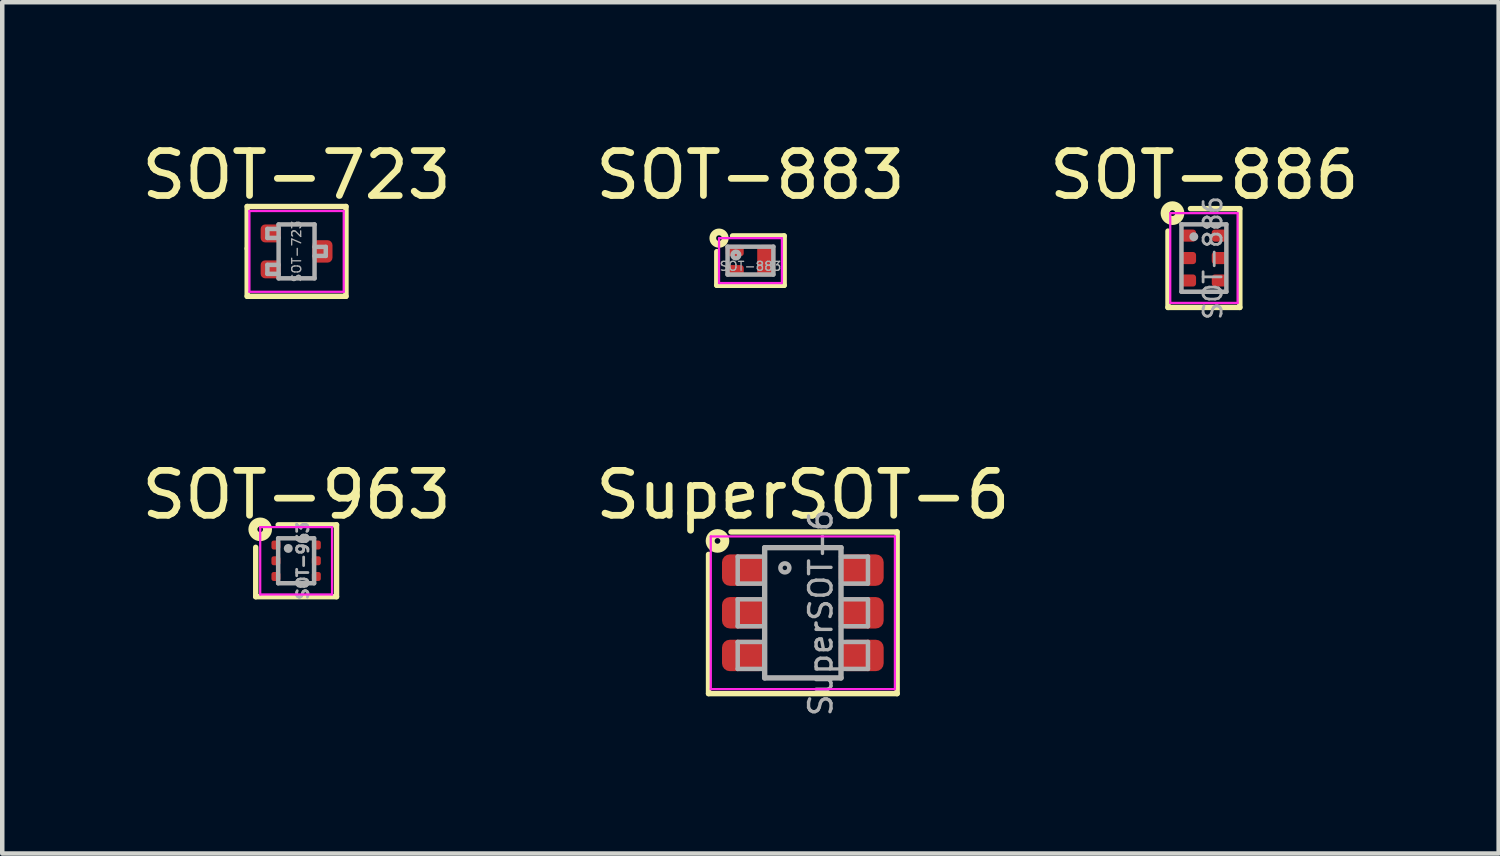
<source format=kicad_pcb>
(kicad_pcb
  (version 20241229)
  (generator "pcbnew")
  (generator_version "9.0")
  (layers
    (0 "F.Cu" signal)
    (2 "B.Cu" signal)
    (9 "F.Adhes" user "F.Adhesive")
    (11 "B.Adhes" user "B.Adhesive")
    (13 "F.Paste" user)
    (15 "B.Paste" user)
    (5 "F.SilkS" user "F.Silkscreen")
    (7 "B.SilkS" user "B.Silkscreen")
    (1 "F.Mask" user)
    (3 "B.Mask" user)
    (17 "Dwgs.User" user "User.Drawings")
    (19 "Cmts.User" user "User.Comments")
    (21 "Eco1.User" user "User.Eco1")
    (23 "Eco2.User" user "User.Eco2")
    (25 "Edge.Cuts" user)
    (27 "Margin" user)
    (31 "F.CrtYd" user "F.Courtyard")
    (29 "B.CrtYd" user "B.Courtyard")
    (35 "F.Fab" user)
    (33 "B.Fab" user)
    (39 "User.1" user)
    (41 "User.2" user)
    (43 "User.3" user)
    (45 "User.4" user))
  (footprint "SOT-723"
    (layer "F.Cu")
    (at 3.554 2.548)
    (property "Reference" "SOT-723" (at 0 -1.7 0) (layer "F.SilkS") (effects (font (size 1 1) (thickness 0.15))))
    (attr smd)
    (fp_line (start -1.1 -1) (end -1.1 -0.064) (stroke (width 0.12) (type solid)) (layer "F.SilkS"))
    (fp_line (start -1.1 -0.064) (end -1.1 1) (stroke (width 0.12) (type solid)) (layer "F.SilkS"))
    (fp_line (start -1.1 1) (end 1.1 1) (stroke (width 0.12) (type solid)) (layer "F.SilkS"))
    (fp_line (start 1.1 -1) (end -1.1 -1) (stroke (width 0.12) (type solid)) (layer "F.SilkS"))
    (fp_line (start 1.1 1) (end 1.1 -1) (stroke (width 0.12) (type solid)) (layer "F.SilkS"))
    (fp_line (start -1.05 -0.9) (end 1.05 -0.9) (stroke (width 0.05) (type solid)) (layer "F.CrtYd"))
    (fp_line (start -1.05 0.9) (end -1.05 -0.9) (stroke (width 0.05) (type solid)) (layer "F.CrtYd"))
    (fp_line (start -0.9 -0.9) (end -0.9 -0.9) (stroke (width 0.05) (type solid)) (layer "F.CrtYd"))
    (fp_line (start 1.05 -0.9) (end 1.05 0.9) (stroke (width 0.05) (type solid)) (layer "F.CrtYd"))
    (fp_line (start 1.05 0.9) (end -1.05 0.9) (stroke (width 0.05) (type solid)) (layer "F.CrtYd"))
    (fp_line (start -0.65 -0.5) (end -0.65 -0.3) (stroke (width 0.1) (type solid)) (layer "F.Fab"))
    (fp_line (start -0.65 -0.3) (end -0.4 -0.3) (stroke (width 0.1) (type solid)) (layer "F.Fab"))
    (fp_line (start -0.65 0.3) (end -0.65 0.5) (stroke (width 0.1) (type solid)) (layer "F.Fab"))
    (fp_line (start -0.65 0.5) (end -0.4 0.5) (stroke (width 0.1) (type solid)) (layer "F.Fab"))
    (fp_line (start -0.4 -0.6) (end 0.4 -0.6) (stroke (width 0.1) (type solid)) (layer "F.Fab"))
    (fp_line (start -0.4 -0.5) (end -0.65 -0.5) (stroke (width 0.1) (type solid)) (layer "F.Fab"))
    (fp_line (start -0.4 0.3) (end -0.65 0.3) (stroke (width 0.1) (type solid)) (layer "F.Fab"))
    (fp_line (start -0.4 0.6) (end -0.4 -0.6) (stroke (width 0.1) (type solid)) (layer "F.Fab"))
    (fp_line (start 0.4 -0.6) (end 0.4 0.6) (stroke (width 0.1) (type solid)) (layer "F.Fab"))
    (fp_line (start 0.4 0.1) (end 0.65 0.1) (stroke (width 0.1) (type solid)) (layer "F.Fab"))
    (fp_line (start 0.4 0.6) (end -0.4 0.6) (stroke (width 0.1) (type solid)) (layer "F.Fab"))
    (fp_line (start 0.65 -0.1) (end 0.4 -0.1) (stroke (width 0.1) (type solid)) (layer "F.Fab"))
    (fp_line (start 0.65 0.1) (end 0.65 -0.1) (stroke (width 0.1) (type solid)) (layer "F.Fab"))
    (fp_text user "${REFERENCE}" (at 0 0 90) (layer "F.Fab") (effects (font (size 0.2 0.2) (thickness 0.03))))
    (pad "1" smd roundrect (at -0.575 -0.4) (size 0.45 0.4) (layers "F.Cu" "F.Mask" "F.Paste") (roundrect_rratio 0.25))
    (pad "2" smd roundrect (at -0.575 0.4) (size 0.45 0.4) (layers "F.Cu" "F.Mask" "F.Paste") (roundrect_rratio 0.25))
    (pad "3" smd roundrect (at 0.575 0) (size 0.45 0.5) (layers "F.Cu" "F.Mask" "F.Paste") (roundrect_rratio 0.25)))
  (footprint "SOT-963"
    (layer "F.Cu")
    (at 3.544 9.437)
    (property "Reference" "SOT-963" (at 0.01 -1.468 0) (layer "F.SilkS") (effects (font (size 1 1) (thickness 0.15))))
    (attr smd)
    (fp_line (start -0.9 -0.3) (end -0.9 0.8) (stroke (width 0.12) (type solid)) (layer "F.SilkS"))
    (fp_line (start -0.9 0.8) (end 0.9 0.8) (stroke (width 0.12) (type solid)) (layer "F.SilkS"))
    (fp_line (start 0.9 -0.8) (end -0.4 -0.8) (stroke (width 0.12) (type solid)) (layer "F.SilkS"))
    (fp_line (start 0.9 0.8) (end 0.9 -0.8) (stroke (width 0.12) (type solid)) (layer "F.SilkS"))
    (fp_circle (center -0.8 -0.7) (end -0.737 -0.7) (stroke (width 0.2) (type solid)) (fill no) (layer "F.SilkS"))
    (fp_line (start -0.8 -0.75) (end 0.8 -0.75) (stroke (width 0.05) (type solid)) (layer "F.CrtYd"))
    (fp_line (start -0.8 0.75) (end -0.8 -0.75) (stroke (width 0.05) (type solid)) (layer "F.CrtYd"))
    (fp_line (start 0.8 -0.75) (end 0.8 0.75) (stroke (width 0.05) (type solid)) (layer "F.CrtYd"))
    (fp_line (start 0.8 0.75) (end -0.8 0.75) (stroke (width 0.05) (type solid)) (layer "F.CrtYd"))
    (fp_line (start -0.4 -0.5) (end 0.4 -0.5) (stroke (width 0.1) (type solid)) (layer "F.Fab"))
    (fp_line (start -0.4 0.5) (end -0.4 -0.5) (stroke (width 0.1) (type solid)) (layer "F.Fab"))
    (fp_line (start 0.4 -0.5) (end 0.4 0.5) (stroke (width 0.1) (type solid)) (layer "F.Fab"))
    (fp_line (start 0.4 0.5) (end -0.4 0.5) (stroke (width 0.1) (type solid)) (layer "F.Fab"))
    (fp_circle (center -0.175 -0.275) (end -0.125 -0.275) (stroke (width 0.1) (type solid)) (fill no) (layer "F.Fab"))
    (fp_text user "${REFERENCE}" (at 0.15 0 90) (layer "F.Fab") (effects (font (size 0.25 0.25) (thickness 0.062))))
    (pad "1" smd roundrect (at -0.45 -0.35) (size 0.2 0.2) (layers "F.Cu" "F.Mask" "F.Paste") (roundrect_rratio 0.25))
    (pad "2" smd roundrect (at -0.45 0) (size 0.2 0.2) (layers "F.Cu" "F.Mask" "F.Paste") (roundrect_rratio 0.25))
    (pad "3" smd roundrect (at -0.45 0.35) (size 0.2 0.2) (layers "F.Cu" "F.Mask" "F.Paste") (roundrect_rratio 0.25))
    (pad "4" smd roundrect (at 0.45 0.35) (size 0.2 0.2) (layers "F.Cu" "F.Mask" "F.Paste") (roundrect_rratio 0.25))
    (pad "5" smd roundrect (at 0.45 0) (size 0.2 0.2) (layers "F.Cu" "F.Mask" "F.Paste") (roundrect_rratio 0.25))
    (pad "6" smd roundrect (at 0.45 -0.35) (size 0.2 0.2) (layers "F.Cu" "F.Mask" "F.Paste") (roundrect_rratio 0.25)))
  (footprint "SOT-886"
    (layer "F.Cu")
    (at 23.758 2.696)
    (property "Reference" "SOT-886" (at 0.009 -1.847 180) (layer "F.SilkS") (effects (font (size 1 1) (thickness 0.15))))
    (attr smd)
    (fp_line (start -0.8 -0.6) (end -0.8 1.1) (stroke (width 0.12) (type solid)) (layer "F.SilkS"))
    (fp_line (start -0.8 1.1) (end 0.8 1.1) (stroke (width 0.12) (type solid)) (layer "F.SilkS"))
    (fp_line (start 0.8 -1.1) (end -0.3 -1.1) (stroke (width 0.12) (type solid)) (layer "F.SilkS"))
    (fp_line (start 0.8 1.1) (end 0.8 -1.1) (stroke (width 0.12) (type solid)) (layer "F.SilkS"))
    (fp_circle (center -0.7 -1) (end -0.636 -1) (stroke (width 0.2) (type solid)) (fill no) (layer "F.SilkS"))
    (fp_line (start -0.75 -1) (end -0.75 1) (stroke (width 0.05) (type solid)) (layer "F.CrtYd"))
    (fp_line (start -0.75 -1) (end 0.75 -1) (stroke (width 0.05) (type solid)) (layer "F.CrtYd"))
    (fp_line (start 0.75 1) (end -0.75 1) (stroke (width 0.05) (type solid)) (layer "F.CrtYd"))
    (fp_line (start 0.75 1) (end 0.75 -1) (stroke (width 0.05) (type solid)) (layer "F.CrtYd"))
    (fp_line (start -0.5 -0.75) (end -0.5 0.75) (stroke (width 0.1) (type solid)) (layer "F.Fab"))
    (fp_line (start -0.5 0.75) (end 0.5 0.75) (stroke (width 0.1) (type solid)) (layer "F.Fab"))
    (fp_line (start 0.5 -0.75) (end -0.5 -0.75) (stroke (width 0.1) (type solid)) (layer "F.Fab"))
    (fp_line (start 0.5 0.75) (end 0.5 -0.75) (stroke (width 0.1) (type solid)) (layer "F.Fab"))
    (fp_circle (center -0.225 -0.475) (end -0.175 -0.475) (stroke (width 0.1) (type solid)) (fill no) (layer "F.Fab"))
    (fp_text user "${REFERENCE}" (at 0.2 0 90) (layer "F.Fab") (effects (font (size 0.4 0.4) (thickness 0.062))))
    (pad "1" smd roundrect (at -0.34 -0.5) (size 0.33 0.27) (layers "F.Cu" "F.Mask" "F.Paste") (roundrect_rratio 0.25))
    (pad "2" smd roundrect (at -0.34 0) (size 0.33 0.27) (layers "F.Cu" "F.Mask" "F.Paste") (roundrect_rratio 0.25))
    (pad "3" smd roundrect (at -0.34 0.5) (size 0.33 0.27) (layers "F.Cu" "F.Mask" "F.Paste") (roundrect_rratio 0.25))
    (pad "4" smd roundrect (at 0.34 0.5) (size 0.33 0.27) (layers "F.Cu" "F.Mask" "F.Paste") (roundrect_rratio 0.25))
    (pad "5" smd roundrect (at 0.34 0) (size 0.33 0.27) (layers "F.Cu" "F.Mask" "F.Paste") (roundrect_rratio 0.25))
    (pad "6" smd roundrect (at 0.34 -0.5) (size 0.33 0.27) (layers "F.Cu" "F.Mask" "F.Paste") (roundrect_rratio 0.25)))
  (footprint "SuperSOT-6"
    (layer "F.Cu")
    (at 14.827 10.595)
    (property "Reference" "SuperSOT-6" (at 0 -2.626 0) (layer "F.SilkS") (effects (font (size 1 1) (thickness 0.15))))
    (attr smd)
    (fp_line (start -2.1 -1.3) (end -2.1 1.8) (stroke (width 0.12) (type solid)) (layer "F.SilkS"))
    (fp_line (start -2.1 1.8) (end 2.1 1.8) (stroke (width 0.12) (type solid)) (layer "F.SilkS"))
    (fp_line (start 2.1 -1.8) (end -1.6 -1.8) (stroke (width 0.12) (type solid)) (layer "F.SilkS"))
    (fp_line (start 2.1 1.8) (end 2.1 -1.8) (stroke (width 0.12) (type solid)) (layer "F.SilkS"))
    (fp_circle (center -1.9 -1.6) (end -1.837 -1.6) (stroke (width 0.2) (type solid)) (fill no) (layer "F.SilkS"))
    (fp_line (start -2.05 -1.7) (end -2.05 1.7) (stroke (width 0.05) (type solid)) (layer "F.CrtYd"))
    (fp_line (start -2.05 -1.7) (end 2.05 -1.7) (stroke (width 0.05) (type solid)) (layer "F.CrtYd"))
    (fp_line (start 2.05 1.7) (end -2.05 1.7) (stroke (width 0.05) (type solid)) (layer "F.CrtYd"))
    (fp_line (start 2.05 1.7) (end 2.05 -1.7) (stroke (width 0.05) (type solid)) (layer "F.CrtYd"))
    (fp_line (start -1.45 -1.25) (end -1.45 -0.65) (stroke (width 0.1) (type solid)) (layer "F.Fab"))
    (fp_line (start -1.45 -0.65) (end -0.85 -0.65) (stroke (width 0.1) (type solid)) (layer "F.Fab"))
    (fp_line (start -1.45 -0.3) (end -1.45 0.3) (stroke (width 0.1) (type solid)) (layer "F.Fab"))
    (fp_line (start -1.45 0.3) (end -0.85 0.3) (stroke (width 0.1) (type solid)) (layer "F.Fab"))
    (fp_line (start -1.45 0.65) (end -1.45 1.25) (stroke (width 0.1) (type solid)) (layer "F.Fab"))
    (fp_line (start -1.45 1.25) (end -0.85 1.25) (stroke (width 0.1) (type solid)) (layer "F.Fab"))
    (fp_line (start -0.85 -1.45) (end -0.85 1.45) (stroke (width 0.12) (type solid)) (layer "F.Fab"))
    (fp_line (start -0.85 -1.25) (end -1.45 -1.25) (stroke (width 0.1) (type solid)) (layer "F.Fab"))
    (fp_line (start -0.85 -0.3) (end -1.45 -0.3) (stroke (width 0.1) (type solid)) (layer "F.Fab"))
    (fp_line (start -0.85 0.65) (end -1.45 0.65) (stroke (width 0.1) (type solid)) (layer "F.Fab"))
    (fp_line (start -0.85 1.45) (end 0.85 1.45) (stroke (width 0.12) (type solid)) (layer "F.Fab"))
    (fp_line (start 0.85 -1.45) (end -0.85 -1.45) (stroke (width 0.12) (type solid)) (layer "F.Fab"))
    (fp_line (start 0.85 -0.65) (end 1.45 -0.65) (stroke (width 0.1) (type solid)) (layer "F.Fab"))
    (fp_line (start 0.85 0.3) (end 1.45 0.3) (stroke (width 0.1) (type solid)) (layer "F.Fab"))
    (fp_line (start 0.85 1.25) (end 1.45 1.25) (stroke (width 0.1) (type solid)) (layer "F.Fab"))
    (fp_line (start 0.85 1.45) (end 0.85 -1.45) (stroke (width 0.12) (type solid)) (layer "F.Fab"))
    (fp_line (start 1.45 -1.25) (end 0.85 -1.25) (stroke (width 0.1) (type solid)) (layer "F.Fab"))
    (fp_line (start 1.45 -0.65) (end 1.45 -1.25) (stroke (width 0.1) (type solid)) (layer "F.Fab"))
    (fp_line (start 1.45 -0.3) (end 0.85 -0.3) (stroke (width 0.1) (type solid)) (layer "F.Fab"))
    (fp_line (start 1.45 0.3) (end 1.45 -0.3) (stroke (width 0.1) (type solid)) (layer "F.Fab"))
    (fp_line (start 1.45 0.65) (end 0.85 0.65) (stroke (width 0.1) (type solid)) (layer "F.Fab"))
    (fp_line (start 1.45 1.25) (end 1.45 0.65) (stroke (width 0.1) (type solid)) (layer "F.Fab"))
    (fp_circle (center -0.4 -1) (end -0.3 -1) (stroke (width 0.1) (type solid)) (fill no) (layer "F.Fab"))
    (fp_text user "${REFERENCE}" (at 0.4 0 90) (layer "F.Fab") (effects (font (size 0.5 0.5) (thickness 0.075))))
    (pad "1" smd roundrect (at -1.3 -0.95) (size 1 0.7) (layers "F.Cu" "F.Mask" "F.Paste") (roundrect_rratio 0.25))
    (pad "2" smd roundrect (at -1.3 0) (size 1 0.7) (layers "F.Cu" "F.Mask" "F.Paste") (roundrect_rratio 0.25))
    (pad "3" smd roundrect (at -1.3 0.95) (size 1 0.7) (layers "F.Cu" "F.Mask" "F.Paste") (roundrect_rratio 0.25))
    (pad "4" smd roundrect (at 1.3 0.95) (size 1 0.7) (layers "F.Cu" "F.Mask" "F.Paste") (roundrect_rratio 0.25))
    (pad "5" smd roundrect (at 1.3 0) (size 1 0.7) (layers "F.Cu" "F.Mask" "F.Paste") (roundrect_rratio 0.25))
    (pad "6" smd roundrect (at 1.3 -0.95) (size 1 0.7) (layers "F.Cu" "F.Mask" "F.Paste") (roundrect_rratio 0.25)))
  (footprint "SOT-883"
    (layer "F.Cu")
    (at 13.661 2.753)
    (property "Reference" "SOT-883" (at 0 -1.905 0) (layer "F.SilkS") (effects (font (size 1 1) (thickness 0.15))))
    (attr smd)
    (fp_line (start -0.75 -0.2) (end -0.75 0.55) (stroke (width 0.12) (type solid)) (layer "F.SilkS"))
    (fp_line (start -0.75 0.55) (end 0.75 0.55) (stroke (width 0.12) (type solid)) (layer "F.SilkS"))
    (fp_line (start 0.75 -0.55) (end -0.4 -0.55) (stroke (width 0.12) (type solid)) (layer "F.SilkS"))
    (fp_line (start 0.75 0.55) (end 0.75 -0.55) (stroke (width 0.12) (type solid)) (layer "F.SilkS"))
    (fp_circle (center -0.7 -0.5) (end -0.636 -0.5) (stroke (width 0.15) (type solid)) (fill no) (layer "F.SilkS"))
    (fp_line (start -0.7 -0.5) (end 0.7 -0.5) (stroke (width 0.05) (type solid)) (layer "F.CrtYd"))
    (fp_line (start -0.7 0.5) (end -0.7 -0.5) (stroke (width 0.05) (type solid)) (layer "F.CrtYd"))
    (fp_line (start 0.7 -0.5) (end 0.7 0.5) (stroke (width 0.05) (type solid)) (layer "F.CrtYd"))
    (fp_line (start 0.7 0.5) (end -0.7 0.5) (stroke (width 0.05) (type solid)) (layer "F.CrtYd"))
    (fp_line (start -0.51 -0.31) (end 0.51 -0.31) (stroke (width 0.1) (type solid)) (layer "F.Fab"))
    (fp_line (start -0.51 0.31) (end -0.51 -0.31) (stroke (width 0.1) (type solid)) (layer "F.Fab"))
    (fp_line (start 0.51 -0.31) (end 0.51 0.31) (stroke (width 0.1) (type solid)) (layer "F.Fab"))
    (fp_line (start 0.51 0.31) (end -0.51 0.31) (stroke (width 0.1) (type solid)) (layer "F.Fab"))
    (fp_circle (center -0.325 -0.125) (end -0.3 -0.125) (stroke (width 0.1) (type solid)) (fill no) (layer "F.Fab"))
    (fp_text user "${REFERENCE}" (at 0 0.125 0) (layer "F.Fab") (effects (font (size 0.2 0.2) (thickness 0.03))))
    (pad "1" smd roundrect (at -0.35 -0.225) (size 0.4 0.25) (layers "F.Cu" "F.Mask" "F.Paste") (roundrect_rratio 0.25))
    (pad "2" smd roundrect (at -0.35 0.225) (size 0.4 0.25) (layers "F.Cu" "F.Mask" "F.Paste") (roundrect_rratio 0.25))
    (pad "3" smd roundrect (at 0.35 0) (size 0.4 0.7) (layers "F.Cu" "F.Mask" "F.Paste") (roundrect_rratio 0.25)))
  (gr_rect
    (start -3 -3)
    (end 30.321 15.955)
    (stroke (width 0.1) (type default))
    (fill no)
    (layer "Edge.Cuts")))
</source>
